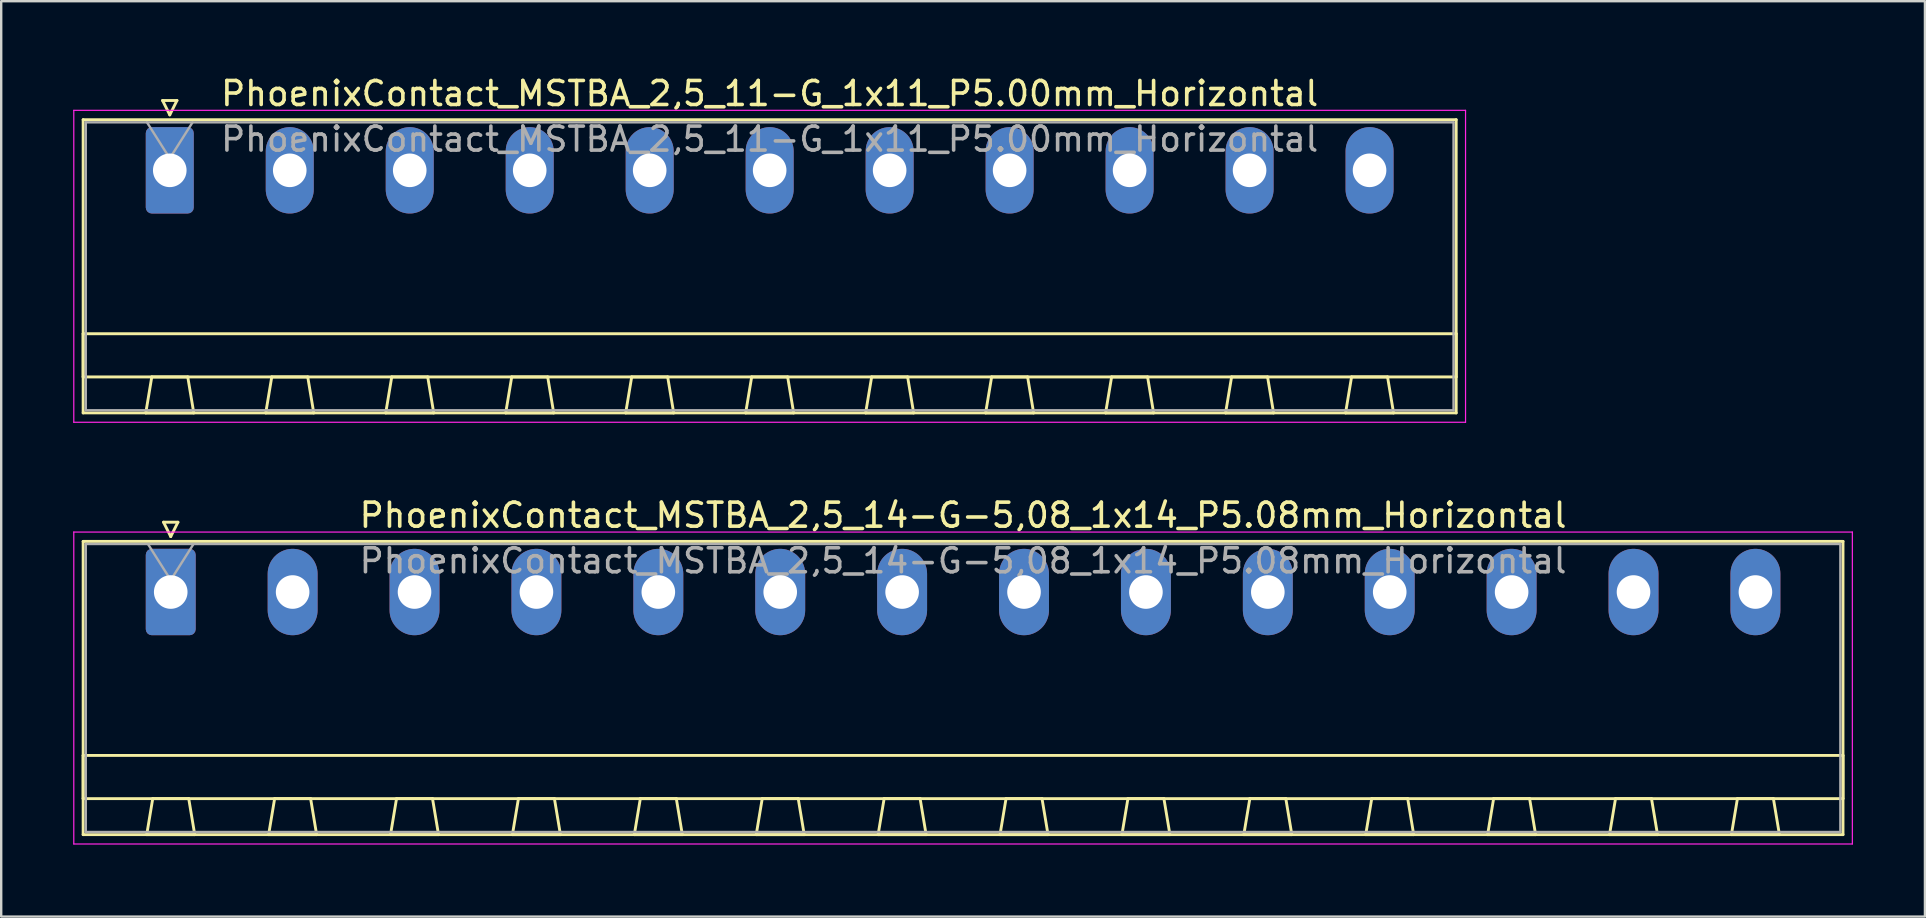
<source format=kicad_pcb>
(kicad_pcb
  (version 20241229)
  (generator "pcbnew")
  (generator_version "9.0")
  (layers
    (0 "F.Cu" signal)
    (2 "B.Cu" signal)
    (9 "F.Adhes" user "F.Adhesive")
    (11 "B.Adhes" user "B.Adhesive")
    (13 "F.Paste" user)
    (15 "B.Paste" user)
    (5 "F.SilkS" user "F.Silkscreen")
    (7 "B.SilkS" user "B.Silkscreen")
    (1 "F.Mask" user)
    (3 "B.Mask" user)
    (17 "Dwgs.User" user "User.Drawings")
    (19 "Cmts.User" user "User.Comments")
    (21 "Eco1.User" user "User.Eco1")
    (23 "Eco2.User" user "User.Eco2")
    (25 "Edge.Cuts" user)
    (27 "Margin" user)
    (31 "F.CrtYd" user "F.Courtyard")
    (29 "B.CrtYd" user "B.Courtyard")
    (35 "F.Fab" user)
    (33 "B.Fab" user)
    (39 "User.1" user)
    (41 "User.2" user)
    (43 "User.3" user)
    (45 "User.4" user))
  (footprint "PhoenixContact_MSTBA_2,5_14-G-5,08_1x14_P5.08mm_Horizontal"
    (layer "F.Cu")
    (at 4.065 21.622)
    (property "Reference" "PhoenixContact_MSTBA_2,5_14-G-5,08_1x14_P5.08mm_Horizontal" (at 33.02 -3.2 0) (layer "F.SilkS") (effects (font (size 1 1) (thickness 0.15))))
    (attr through_hole)
    (fp_line (start -3.65 -2.11) (end -3.65 10.11) (stroke (width 0.12) (type solid)) (layer "F.SilkS"))
    (fp_line (start -3.65 6.81) (end 69.69 6.81) (stroke (width 0.12) (type solid)) (layer "F.SilkS"))
    (fp_line (start -3.65 8.61) (end -3.65 6.81) (stroke (width 0.12) (type solid)) (layer "F.SilkS"))
    (fp_line (start -3.65 10.11) (end 69.69 10.11) (stroke (width 0.12) (type solid)) (layer "F.SilkS"))
    (fp_line (start -1 10.11) (end 1 10.11) (stroke (width 0.12) (type solid)) (layer "F.SilkS"))
    (fp_line (start -0.75 8.61) (end -1 10.11) (stroke (width 0.12) (type solid)) (layer "F.SilkS"))
    (fp_line (start -0.3 -2.91) (end 0.3 -2.91) (stroke (width 0.12) (type solid)) (layer "F.SilkS"))
    (fp_line (start 0 -2.31) (end -0.3 -2.91) (stroke (width 0.12) (type solid)) (layer "F.SilkS"))
    (fp_line (start 0.3 -2.91) (end 0 -2.31) (stroke (width 0.12) (type solid)) (layer "F.SilkS"))
    (fp_line (start 0.75 8.61) (end -0.75 8.61) (stroke (width 0.12) (type solid)) (layer "F.SilkS"))
    (fp_line (start 1 10.11) (end 0.75 8.61) (stroke (width 0.12) (type solid)) (layer "F.SilkS"))
    (fp_line (start 4.08 10.11) (end 6.08 10.11) (stroke (width 0.12) (type solid)) (layer "F.SilkS"))
    (fp_line (start 4.33 8.61) (end 4.08 10.11) (stroke (width 0.12) (type solid)) (layer "F.SilkS"))
    (fp_line (start 5.83 8.61) (end 4.33 8.61) (stroke (width 0.12) (type solid)) (layer "F.SilkS"))
    (fp_line (start 6.08 10.11) (end 5.83 8.61) (stroke (width 0.12) (type solid)) (layer "F.SilkS"))
    (fp_line (start 9.16 10.11) (end 11.16 10.11) (stroke (width 0.12) (type solid)) (layer "F.SilkS"))
    (fp_line (start 9.41 8.61) (end 9.16 10.11) (stroke (width 0.12) (type solid)) (layer "F.SilkS"))
    (fp_line (start 10.91 8.61) (end 9.41 8.61) (stroke (width 0.12) (type solid)) (layer "F.SilkS"))
    (fp_line (start 11.16 10.11) (end 10.91 8.61) (stroke (width 0.12) (type solid)) (layer "F.SilkS"))
    (fp_line (start 14.24 10.11) (end 16.24 10.11) (stroke (width 0.12) (type solid)) (layer "F.SilkS"))
    (fp_line (start 14.49 8.61) (end 14.24 10.11) (stroke (width 0.12) (type solid)) (layer "F.SilkS"))
    (fp_line (start 15.99 8.61) (end 14.49 8.61) (stroke (width 0.12) (type solid)) (layer "F.SilkS"))
    (fp_line (start 16.24 10.11) (end 15.99 8.61) (stroke (width 0.12) (type solid)) (layer "F.SilkS"))
    (fp_line (start 19.32 10.11) (end 21.32 10.11) (stroke (width 0.12) (type solid)) (layer "F.SilkS"))
    (fp_line (start 19.57 8.61) (end 19.32 10.11) (stroke (width 0.12) (type solid)) (layer "F.SilkS"))
    (fp_line (start 21.07 8.61) (end 19.57 8.61) (stroke (width 0.12) (type solid)) (layer "F.SilkS"))
    (fp_line (start 21.32 10.11) (end 21.07 8.61) (stroke (width 0.12) (type solid)) (layer "F.SilkS"))
    (fp_line (start 24.4 10.11) (end 26.4 10.11) (stroke (width 0.12) (type solid)) (layer "F.SilkS"))
    (fp_line (start 24.65 8.61) (end 24.4 10.11) (stroke (width 0.12) (type solid)) (layer "F.SilkS"))
    (fp_line (start 26.15 8.61) (end 24.65 8.61) (stroke (width 0.12) (type solid)) (layer "F.SilkS"))
    (fp_line (start 26.4 10.11) (end 26.15 8.61) (stroke (width 0.12) (type solid)) (layer "F.SilkS"))
    (fp_line (start 29.48 10.11) (end 31.48 10.11) (stroke (width 0.12) (type solid)) (layer "F.SilkS"))
    (fp_line (start 29.73 8.61) (end 29.48 10.11) (stroke (width 0.12) (type solid)) (layer "F.SilkS"))
    (fp_line (start 31.23 8.61) (end 29.73 8.61) (stroke (width 0.12) (type solid)) (layer "F.SilkS"))
    (fp_line (start 31.48 10.11) (end 31.23 8.61) (stroke (width 0.12) (type solid)) (layer "F.SilkS"))
    (fp_line (start 34.56 10.11) (end 36.56 10.11) (stroke (width 0.12) (type solid)) (layer "F.SilkS"))
    (fp_line (start 34.81 8.61) (end 34.56 10.11) (stroke (width 0.12) (type solid)) (layer "F.SilkS"))
    (fp_line (start 36.31 8.61) (end 34.81 8.61) (stroke (width 0.12) (type solid)) (layer "F.SilkS"))
    (fp_line (start 36.56 10.11) (end 36.31 8.61) (stroke (width 0.12) (type solid)) (layer "F.SilkS"))
    (fp_line (start 39.64 10.11) (end 41.64 10.11) (stroke (width 0.12) (type solid)) (layer "F.SilkS"))
    (fp_line (start 39.89 8.61) (end 39.64 10.11) (stroke (width 0.12) (type solid)) (layer "F.SilkS"))
    (fp_line (start 41.39 8.61) (end 39.89 8.61) (stroke (width 0.12) (type solid)) (layer "F.SilkS"))
    (fp_line (start 41.64 10.11) (end 41.39 8.61) (stroke (width 0.12) (type solid)) (layer "F.SilkS"))
    (fp_line (start 44.72 10.11) (end 46.72 10.11) (stroke (width 0.12) (type solid)) (layer "F.SilkS"))
    (fp_line (start 44.97 8.61) (end 44.72 10.11) (stroke (width 0.12) (type solid)) (layer "F.SilkS"))
    (fp_line (start 46.47 8.61) (end 44.97 8.61) (stroke (width 0.12) (type solid)) (layer "F.SilkS"))
    (fp_line (start 46.72 10.11) (end 46.47 8.61) (stroke (width 0.12) (type solid)) (layer "F.SilkS"))
    (fp_line (start 49.8 10.11) (end 51.8 10.11) (stroke (width 0.12) (type solid)) (layer "F.SilkS"))
    (fp_line (start 50.05 8.61) (end 49.8 10.11) (stroke (width 0.12) (type solid)) (layer "F.SilkS"))
    (fp_line (start 51.55 8.61) (end 50.05 8.61) (stroke (width 0.12) (type solid)) (layer "F.SilkS"))
    (fp_line (start 51.8 10.11) (end 51.55 8.61) (stroke (width 0.12) (type solid)) (layer "F.SilkS"))
    (fp_line (start 54.88 10.11) (end 56.88 10.11) (stroke (width 0.12) (type solid)) (layer "F.SilkS"))
    (fp_line (start 55.13 8.61) (end 54.88 10.11) (stroke (width 0.12) (type solid)) (layer "F.SilkS"))
    (fp_line (start 56.63 8.61) (end 55.13 8.61) (stroke (width 0.12) (type solid)) (layer "F.SilkS"))
    (fp_line (start 56.88 10.11) (end 56.63 8.61) (stroke (width 0.12) (type solid)) (layer "F.SilkS"))
    (fp_line (start 59.96 10.11) (end 61.96 10.11) (stroke (width 0.12) (type solid)) (layer "F.SilkS"))
    (fp_line (start 60.21 8.61) (end 59.96 10.11) (stroke (width 0.12) (type solid)) (layer "F.SilkS"))
    (fp_line (start 61.71 8.61) (end 60.21 8.61) (stroke (width 0.12) (type solid)) (layer "F.SilkS"))
    (fp_line (start 61.96 10.11) (end 61.71 8.61) (stroke (width 0.12) (type solid)) (layer "F.SilkS"))
    (fp_line (start 65.04 10.11) (end 67.04 10.11) (stroke (width 0.12) (type solid)) (layer "F.SilkS"))
    (fp_line (start 65.29 8.61) (end 65.04 10.11) (stroke (width 0.12) (type solid)) (layer "F.SilkS"))
    (fp_line (start 66.79 8.61) (end 65.29 8.61) (stroke (width 0.12) (type solid)) (layer "F.SilkS"))
    (fp_line (start 67.04 10.11) (end 66.79 8.61) (stroke (width 0.12) (type solid)) (layer "F.SilkS"))
    (fp_line (start 69.69 -2.11) (end -3.65 -2.11) (stroke (width 0.12) (type solid)) (layer "F.SilkS"))
    (fp_line (start 69.69 6.81) (end 69.69 8.61) (stroke (width 0.12) (type solid)) (layer "F.SilkS"))
    (fp_line (start 69.69 8.61) (end -3.65 8.61) (stroke (width 0.12) (type solid)) (layer "F.SilkS"))
    (fp_line (start 69.69 10.11) (end 69.69 -2.11) (stroke (width 0.12) (type solid)) (layer "F.SilkS"))
    (fp_line (start -4.04 -2.5) (end -4.04 10.5) (stroke (width 0.05) (type solid)) (layer "F.CrtYd"))
    (fp_line (start -4.04 10.5) (end 70.08 10.5) (stroke (width 0.05) (type solid)) (layer "F.CrtYd"))
    (fp_line (start 70.08 -2.5) (end -4.04 -2.5) (stroke (width 0.05) (type solid)) (layer "F.CrtYd"))
    (fp_line (start 70.08 10.5) (end 70.08 -2.5) (stroke (width 0.05) (type solid)) (layer "F.CrtYd"))
    (fp_line (start -3.54 -2) (end -3.54 10) (stroke (width 0.1) (type solid)) (layer "F.Fab"))
    (fp_line (start -3.54 10) (end 69.58 10) (stroke (width 0.1) (type solid)) (layer "F.Fab"))
    (fp_line (start 0 -0.5) (end -0.95 -2) (stroke (width 0.1) (type solid)) (layer "F.Fab"))
    (fp_line (start 0.95 -2) (end 0 -0.5) (stroke (width 0.1) (type solid)) (layer "F.Fab"))
    (fp_line (start 69.58 -2) (end -3.54 -2) (stroke (width 0.1) (type solid)) (layer "F.Fab"))
    (fp_line (start 69.58 10) (end 69.58 -2) (stroke (width 0.1) (type solid)) (layer "F.Fab"))
    (fp_text user "${REFERENCE}" (at 33.02 -1.3 0) (layer "F.Fab") (effects (font (size 1 1) (thickness 0.15))))
    (pad "1" thru_hole roundrect (at 0 0) (size 2.08 3.6) (drill 1.4) (layers "*.Cu" "*.Mask") (roundrect_rratio 0.12))
    (pad "2" thru_hole oval (at 5.08 0) (size 2.08 3.6) (drill 1.4) (layers "*.Cu" "*.Mask"))
    (pad "3" thru_hole oval (at 10.16 0) (size 2.08 3.6) (drill 1.4) (layers "*.Cu" "*.Mask"))
    (pad "4" thru_hole oval (at 15.24 0) (size 2.08 3.6) (drill 1.4) (layers "*.Cu" "*.Mask"))
    (pad "5" thru_hole oval (at 20.32 0) (size 2.08 3.6) (drill 1.4) (layers "*.Cu" "*.Mask"))
    (pad "6" thru_hole oval (at 25.4 0) (size 2.08 3.6) (drill 1.4) (layers "*.Cu" "*.Mask"))
    (pad "7" thru_hole oval (at 30.48 0) (size 2.08 3.6) (drill 1.4) (layers "*.Cu" "*.Mask"))
    (pad "8" thru_hole oval (at 35.56 0) (size 2.08 3.6) (drill 1.4) (layers "*.Cu" "*.Mask"))
    (pad "9" thru_hole oval (at 40.64 0) (size 2.08 3.6) (drill 1.4) (layers "*.Cu" "*.Mask"))
    (pad "10" thru_hole oval (at 45.72 0) (size 2.08 3.6) (drill 1.4) (layers "*.Cu" "*.Mask"))
    (pad "11" thru_hole oval (at 50.8 0) (size 2.08 3.6) (drill 1.4) (layers "*.Cu" "*.Mask"))
    (pad "12" thru_hole oval (at 55.88 0) (size 2.08 3.6) (drill 1.4) (layers "*.Cu" "*.Mask"))
    (pad "13" thru_hole oval (at 60.96 0) (size 2.08 3.6) (drill 1.4) (layers "*.Cu" "*.Mask"))
    (pad "14" thru_hole oval (at 66.04 0) (size 2.08 3.6) (drill 1.4) (layers "*.Cu" "*.Mask")))
  (footprint "PhoenixContact_MSTBA_2,5_11-G_1x11_P5.00mm_Horizontal"
    (layer "F.Cu")
    (at 4.025 4.048)
    (property "Reference" "PhoenixContact_MSTBA_2,5_11-G_1x11_P5.00mm_Horizontal" (at 25 -3.2 0) (layer "F.SilkS") (effects (font (size 1 1) (thickness 0.15))))
    (attr through_hole)
    (fp_line (start -3.61 -2.11) (end -3.61 10.11) (stroke (width 0.12) (type solid)) (layer "F.SilkS"))
    (fp_line (start -3.61 6.81) (end 53.61 6.81) (stroke (width 0.12) (type solid)) (layer "F.SilkS"))
    (fp_line (start -3.61 8.61) (end -3.61 6.81) (stroke (width 0.12) (type solid)) (layer "F.SilkS"))
    (fp_line (start -3.61 10.11) (end 53.61 10.11) (stroke (width 0.12) (type solid)) (layer "F.SilkS"))
    (fp_line (start -1 10.11) (end 1 10.11) (stroke (width 0.12) (type solid)) (layer "F.SilkS"))
    (fp_line (start -0.75 8.61) (end -1 10.11) (stroke (width 0.12) (type solid)) (layer "F.SilkS"))
    (fp_line (start -0.3 -2.91) (end 0.3 -2.91) (stroke (width 0.12) (type solid)) (layer "F.SilkS"))
    (fp_line (start 0 -2.31) (end -0.3 -2.91) (stroke (width 0.12) (type solid)) (layer "F.SilkS"))
    (fp_line (start 0.3 -2.91) (end 0 -2.31) (stroke (width 0.12) (type solid)) (layer "F.SilkS"))
    (fp_line (start 0.75 8.61) (end -0.75 8.61) (stroke (width 0.12) (type solid)) (layer "F.SilkS"))
    (fp_line (start 1 10.11) (end 0.75 8.61) (stroke (width 0.12) (type solid)) (layer "F.SilkS"))
    (fp_line (start 4 10.11) (end 6 10.11) (stroke (width 0.12) (type solid)) (layer "F.SilkS"))
    (fp_line (start 4.25 8.61) (end 4 10.11) (stroke (width 0.12) (type solid)) (layer "F.SilkS"))
    (fp_line (start 5.75 8.61) (end 4.25 8.61) (stroke (width 0.12) (type solid)) (layer "F.SilkS"))
    (fp_line (start 6 10.11) (end 5.75 8.61) (stroke (width 0.12) (type solid)) (layer "F.SilkS"))
    (fp_line (start 9 10.11) (end 11 10.11) (stroke (width 0.12) (type solid)) (layer "F.SilkS"))
    (fp_line (start 9.25 8.61) (end 9 10.11) (stroke (width 0.12) (type solid)) (layer "F.SilkS"))
    (fp_line (start 10.75 8.61) (end 9.25 8.61) (stroke (width 0.12) (type solid)) (layer "F.SilkS"))
    (fp_line (start 11 10.11) (end 10.75 8.61) (stroke (width 0.12) (type solid)) (layer "F.SilkS"))
    (fp_line (start 14 10.11) (end 16 10.11) (stroke (width 0.12) (type solid)) (layer "F.SilkS"))
    (fp_line (start 14.25 8.61) (end 14 10.11) (stroke (width 0.12) (type solid)) (layer "F.SilkS"))
    (fp_line (start 15.75 8.61) (end 14.25 8.61) (stroke (width 0.12) (type solid)) (layer "F.SilkS"))
    (fp_line (start 16 10.11) (end 15.75 8.61) (stroke (width 0.12) (type solid)) (layer "F.SilkS"))
    (fp_line (start 19 10.11) (end 21 10.11) (stroke (width 0.12) (type solid)) (layer "F.SilkS"))
    (fp_line (start 19.25 8.61) (end 19 10.11) (stroke (width 0.12) (type solid)) (layer "F.SilkS"))
    (fp_line (start 20.75 8.61) (end 19.25 8.61) (stroke (width 0.12) (type solid)) (layer "F.SilkS"))
    (fp_line (start 21 10.11) (end 20.75 8.61) (stroke (width 0.12) (type solid)) (layer "F.SilkS"))
    (fp_line (start 24 10.11) (end 26 10.11) (stroke (width 0.12) (type solid)) (layer "F.SilkS"))
    (fp_line (start 24.25 8.61) (end 24 10.11) (stroke (width 0.12) (type solid)) (layer "F.SilkS"))
    (fp_line (start 25.75 8.61) (end 24.25 8.61) (stroke (width 0.12) (type solid)) (layer "F.SilkS"))
    (fp_line (start 26 10.11) (end 25.75 8.61) (stroke (width 0.12) (type solid)) (layer "F.SilkS"))
    (fp_line (start 29 10.11) (end 31 10.11) (stroke (width 0.12) (type solid)) (layer "F.SilkS"))
    (fp_line (start 29.25 8.61) (end 29 10.11) (stroke (width 0.12) (type solid)) (layer "F.SilkS"))
    (fp_line (start 30.75 8.61) (end 29.25 8.61) (stroke (width 0.12) (type solid)) (layer "F.SilkS"))
    (fp_line (start 31 10.11) (end 30.75 8.61) (stroke (width 0.12) (type solid)) (layer "F.SilkS"))
    (fp_line (start 34 10.11) (end 36 10.11) (stroke (width 0.12) (type solid)) (layer "F.SilkS"))
    (fp_line (start 34.25 8.61) (end 34 10.11) (stroke (width 0.12) (type solid)) (layer "F.SilkS"))
    (fp_line (start 35.75 8.61) (end 34.25 8.61) (stroke (width 0.12) (type solid)) (layer "F.SilkS"))
    (fp_line (start 36 10.11) (end 35.75 8.61) (stroke (width 0.12) (type solid)) (layer "F.SilkS"))
    (fp_line (start 39 10.11) (end 41 10.11) (stroke (width 0.12) (type solid)) (layer "F.SilkS"))
    (fp_line (start 39.25 8.61) (end 39 10.11) (stroke (width 0.12) (type solid)) (layer "F.SilkS"))
    (fp_line (start 40.75 8.61) (end 39.25 8.61) (stroke (width 0.12) (type solid)) (layer "F.SilkS"))
    (fp_line (start 41 10.11) (end 40.75 8.61) (stroke (width 0.12) (type solid)) (layer "F.SilkS"))
    (fp_line (start 44 10.11) (end 46 10.11) (stroke (width 0.12) (type solid)) (layer "F.SilkS"))
    (fp_line (start 44.25 8.61) (end 44 10.11) (stroke (width 0.12) (type solid)) (layer "F.SilkS"))
    (fp_line (start 45.75 8.61) (end 44.25 8.61) (stroke (width 0.12) (type solid)) (layer "F.SilkS"))
    (fp_line (start 46 10.11) (end 45.75 8.61) (stroke (width 0.12) (type solid)) (layer "F.SilkS"))
    (fp_line (start 49 10.11) (end 51 10.11) (stroke (width 0.12) (type solid)) (layer "F.SilkS"))
    (fp_line (start 49.25 8.61) (end 49 10.11) (stroke (width 0.12) (type solid)) (layer "F.SilkS"))
    (fp_line (start 50.75 8.61) (end 49.25 8.61) (stroke (width 0.12) (type solid)) (layer "F.SilkS"))
    (fp_line (start 51 10.11) (end 50.75 8.61) (stroke (width 0.12) (type solid)) (layer "F.SilkS"))
    (fp_line (start 53.61 -2.11) (end -3.61 -2.11) (stroke (width 0.12) (type solid)) (layer "F.SilkS"))
    (fp_line (start 53.61 6.81) (end 53.61 8.61) (stroke (width 0.12) (type solid)) (layer "F.SilkS"))
    (fp_line (start 53.61 8.61) (end -3.61 8.61) (stroke (width 0.12) (type solid)) (layer "F.SilkS"))
    (fp_line (start 53.61 10.11) (end 53.61 -2.11) (stroke (width 0.12) (type solid)) (layer "F.SilkS"))
    (fp_line (start -4 -2.5) (end -4 10.5) (stroke (width 0.05) (type solid)) (layer "F.CrtYd"))
    (fp_line (start -4 10.5) (end 54 10.5) (stroke (width 0.05) (type solid)) (layer "F.CrtYd"))
    (fp_line (start 54 -2.5) (end -4 -2.5) (stroke (width 0.05) (type solid)) (layer "F.CrtYd"))
    (fp_line (start 54 10.5) (end 54 -2.5) (stroke (width 0.05) (type solid)) (layer "F.CrtYd"))
    (fp_line (start -3.5 -2) (end -3.5 10) (stroke (width 0.1) (type solid)) (layer "F.Fab"))
    (fp_line (start -3.5 10) (end 53.5 10) (stroke (width 0.1) (type solid)) (layer "F.Fab"))
    (fp_line (start 0 -0.5) (end -0.95 -2) (stroke (width 0.1) (type solid)) (layer "F.Fab"))
    (fp_line (start 0.95 -2) (end 0 -0.5) (stroke (width 0.1) (type solid)) (layer "F.Fab"))
    (fp_line (start 53.5 -2) (end -3.5 -2) (stroke (width 0.1) (type solid)) (layer "F.Fab"))
    (fp_line (start 53.5 10) (end 53.5 -2) (stroke (width 0.1) (type solid)) (layer "F.Fab"))
    (fp_text user "${REFERENCE}" (at 25 -1.3 0) (layer "F.Fab") (effects (font (size 1 1) (thickness 0.15))))
    (pad "1" thru_hole roundrect (at 0 0) (size 2 3.6) (drill 1.4) (layers "*.Cu" "*.Mask") (roundrect_rratio 0.125))
    (pad "2" thru_hole oval (at 5 0) (size 2 3.6) (drill 1.4) (layers "*.Cu" "*.Mask"))
    (pad "3" thru_hole oval (at 10 0) (size 2 3.6) (drill 1.4) (layers "*.Cu" "*.Mask"))
    (pad "4" thru_hole oval (at 15 0) (size 2 3.6) (drill 1.4) (layers "*.Cu" "*.Mask"))
    (pad "5" thru_hole oval (at 20 0) (size 2 3.6) (drill 1.4) (layers "*.Cu" "*.Mask"))
    (pad "6" thru_hole oval (at 25 0) (size 2 3.6) (drill 1.4) (layers "*.Cu" "*.Mask"))
    (pad "7" thru_hole oval (at 30 0) (size 2 3.6) (drill 1.4) (layers "*.Cu" "*.Mask"))
    (pad "8" thru_hole oval (at 35 0) (size 2 3.6) (drill 1.4) (layers "*.Cu" "*.Mask"))
    (pad "9" thru_hole oval (at 40 0) (size 2 3.6) (drill 1.4) (layers "*.Cu" "*.Mask"))
    (pad "10" thru_hole oval (at 45 0) (size 2 3.6) (drill 1.4) (layers "*.Cu" "*.Mask"))
    (pad "11" thru_hole oval (at 50 0) (size 2 3.6) (drill 1.4) (layers "*.Cu" "*.Mask")))
  (gr_rect
    (start -3 -3)
    (end 77.17 35.147)
    (stroke (width 0.1) (type default))
    (fill no)
    (layer "Edge.Cuts")))
</source>
